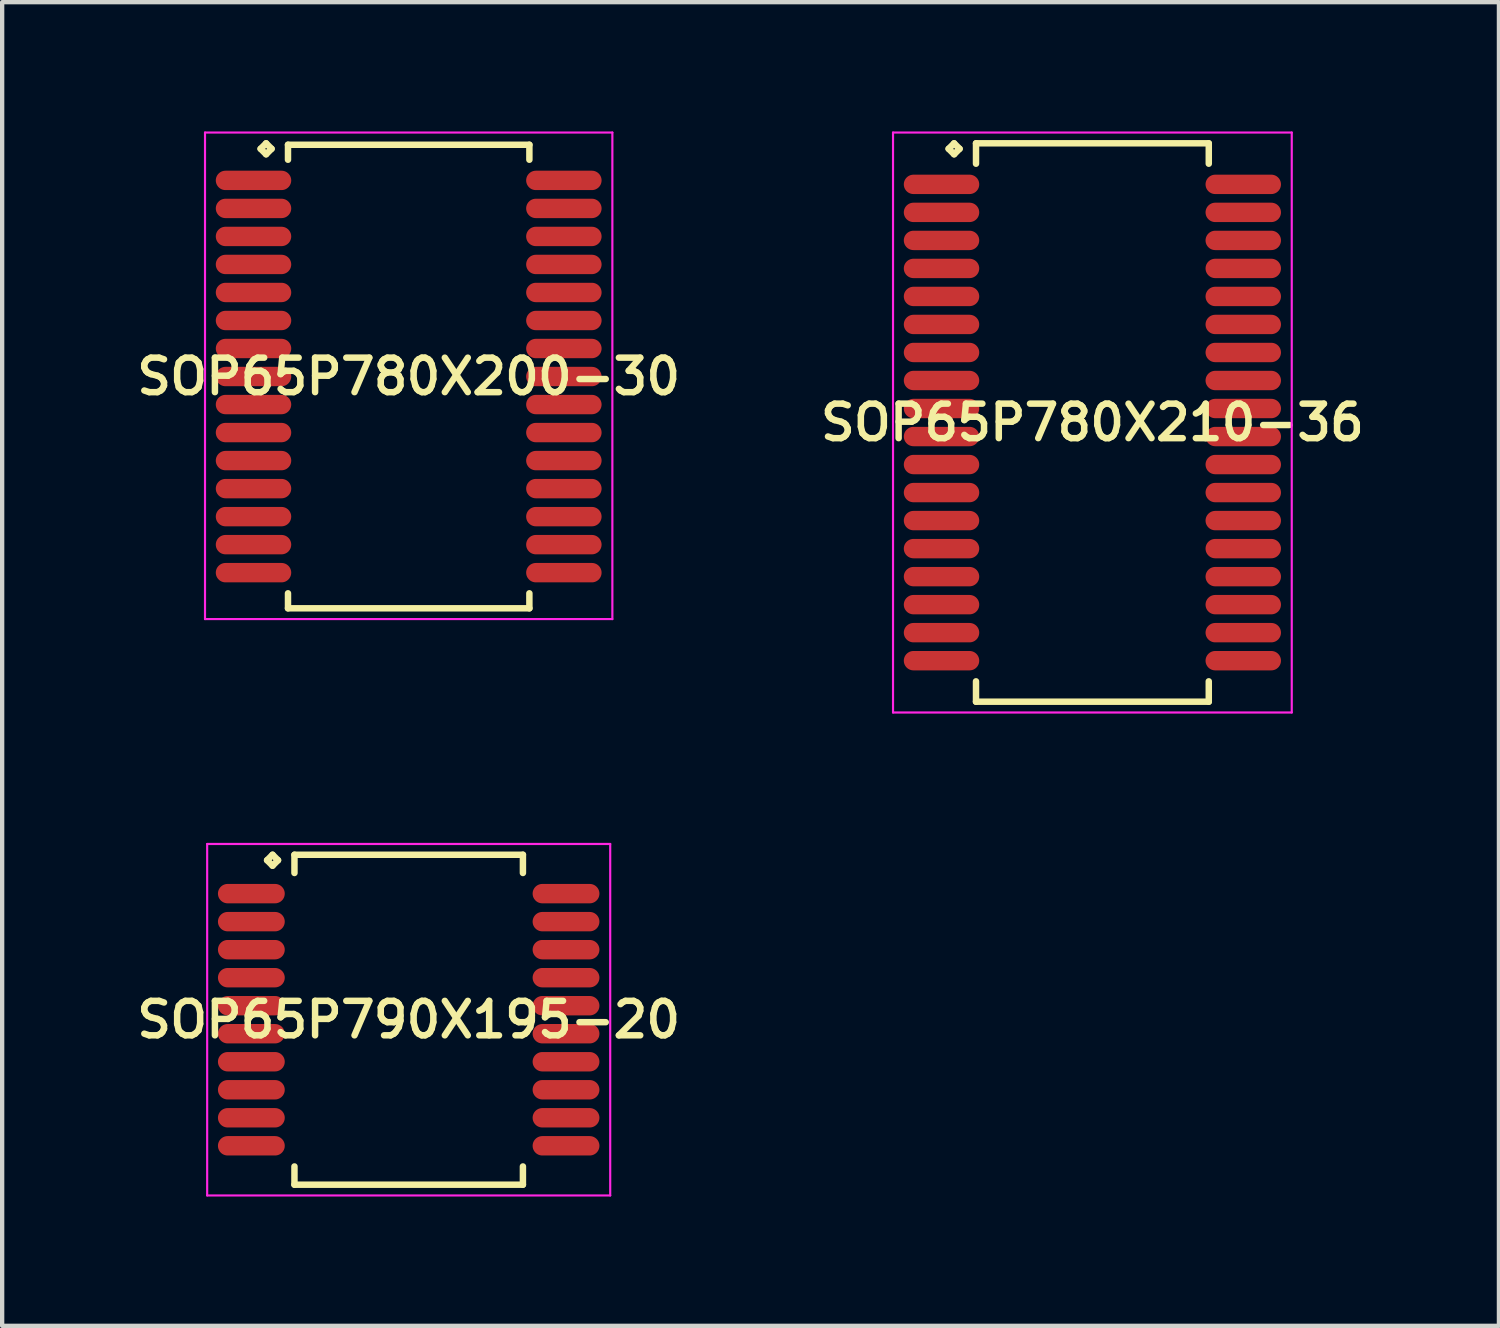
<source format=kicad_pcb>
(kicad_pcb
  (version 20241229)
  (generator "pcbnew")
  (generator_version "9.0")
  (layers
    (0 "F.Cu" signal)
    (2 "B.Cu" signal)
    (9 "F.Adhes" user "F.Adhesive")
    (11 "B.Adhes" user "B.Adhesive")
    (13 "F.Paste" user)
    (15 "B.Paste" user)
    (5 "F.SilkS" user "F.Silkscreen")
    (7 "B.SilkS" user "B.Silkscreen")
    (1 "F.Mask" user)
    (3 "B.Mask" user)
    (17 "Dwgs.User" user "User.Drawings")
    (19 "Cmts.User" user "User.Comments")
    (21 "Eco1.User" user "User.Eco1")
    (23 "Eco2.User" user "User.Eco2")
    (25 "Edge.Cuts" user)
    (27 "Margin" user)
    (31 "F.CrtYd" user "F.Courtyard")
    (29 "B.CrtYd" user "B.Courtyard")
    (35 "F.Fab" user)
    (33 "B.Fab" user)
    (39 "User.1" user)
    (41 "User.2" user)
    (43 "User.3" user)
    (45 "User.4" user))
  (footprint "SOP65P780X210-36"
    (layer "F.Cu")
    (at 22.292 6.752)
    (property "Reference" "SOP65P780X210-36" (at 0 0 0) (layer "F.SilkS") (effects (font (size 0.8 0.8) (thickness 0.15))))
    (attr smd)
    (fp_line (start -3.335 -6.35) (end -3.208 -6.477) (stroke (width 0.15) (type solid)) (layer "F.SilkS"))
    (fp_line (start -3.208 -6.477) (end -3.081 -6.35) (stroke (width 0.15) (type solid)) (layer "F.SilkS"))
    (fp_line (start -3.208 -6.223) (end -3.335 -6.35) (stroke (width 0.15) (type solid)) (layer "F.SilkS"))
    (fp_line (start -3.081 -6.35) (end -3.208 -6.223) (stroke (width 0.15) (type solid)) (layer "F.SilkS"))
    (fp_line (start -2.7 -6.477) (end 2.7 -6.477) (stroke (width 0.15) (type solid)) (layer "F.SilkS"))
    (fp_line (start -2.7 -6.004) (end -2.7 -6.477) (stroke (width 0.15) (type solid)) (layer "F.SilkS"))
    (fp_line (start -2.7 6.004) (end -2.7 6.477) (stroke (width 0.15) (type solid)) (layer "F.SilkS"))
    (fp_line (start -2.7 6.477) (end 2.7 6.477) (stroke (width 0.15) (type solid)) (layer "F.SilkS"))
    (fp_line (start 2.7 -6.477) (end 2.7 -6.004) (stroke (width 0.15) (type solid)) (layer "F.SilkS"))
    (fp_line (start 2.7 6.477) (end 2.7 6.004) (stroke (width 0.15) (type solid)) (layer "F.SilkS"))
    (fp_line (start -4.625 -6.727) (end 4.625 -6.727) (stroke (width 0.05) (type solid)) (layer "F.CrtYd"))
    (fp_line (start -4.625 6.727) (end -4.625 -6.727) (stroke (width 0.05) (type solid)) (layer "F.CrtYd"))
    (fp_line (start 4.625 -6.727) (end 4.625 6.727) (stroke (width 0.05) (type solid)) (layer "F.CrtYd"))
    (fp_line (start 4.625 6.727) (end -4.625 6.727) (stroke (width 0.05) (type solid)) (layer "F.CrtYd"))
    (pad "1" smd oval (at -3.5 -5.525) (size 1.75 0.45) (layers "F.Cu" "F.Mask" "F.Paste"))
    (pad "2" smd oval (at -3.5 -4.875) (size 1.75 0.45) (layers "F.Cu" "F.Mask" "F.Paste"))
    (pad "3" smd oval (at -3.5 -4.225) (size 1.75 0.45) (layers "F.Cu" "F.Mask" "F.Paste"))
    (pad "4" smd oval (at -3.5 -3.575) (size 1.75 0.45) (layers "F.Cu" "F.Mask" "F.Paste"))
    (pad "5" smd oval (at -3.5 -2.925) (size 1.75 0.45) (layers "F.Cu" "F.Mask" "F.Paste"))
    (pad "6" smd oval (at -3.5 -2.275) (size 1.75 0.45) (layers "F.Cu" "F.Mask" "F.Paste"))
    (pad "7" smd oval (at -3.5 -1.625) (size 1.75 0.45) (layers "F.Cu" "F.Mask" "F.Paste"))
    (pad "8" smd oval (at -3.5 -0.975) (size 1.75 0.45) (layers "F.Cu" "F.Mask" "F.Paste"))
    (pad "9" smd oval (at -3.5 -0.325) (size 1.75 0.45) (layers "F.Cu" "F.Mask" "F.Paste"))
    (pad "10" smd oval (at -3.5 0.325) (size 1.75 0.45) (layers "F.Cu" "F.Mask" "F.Paste"))
    (pad "11" smd oval (at -3.5 0.975) (size 1.75 0.45) (layers "F.Cu" "F.Mask" "F.Paste"))
    (pad "12" smd oval (at -3.5 1.625) (size 1.75 0.45) (layers "F.Cu" "F.Mask" "F.Paste"))
    (pad "13" smd oval (at -3.5 2.275) (size 1.75 0.45) (layers "F.Cu" "F.Mask" "F.Paste"))
    (pad "14" smd oval (at -3.5 2.925) (size 1.75 0.45) (layers "F.Cu" "F.Mask" "F.Paste"))
    (pad "15" smd oval (at -3.5 3.575) (size 1.75 0.45) (layers "F.Cu" "F.Mask" "F.Paste"))
    (pad "16" smd oval (at -3.5 4.225) (size 1.75 0.45) (layers "F.Cu" "F.Mask" "F.Paste"))
    (pad "17" smd oval (at -3.5 4.875) (size 1.75 0.45) (layers "F.Cu" "F.Mask" "F.Paste"))
    (pad "18" smd oval (at -3.5 5.525) (size 1.75 0.45) (layers "F.Cu" "F.Mask" "F.Paste"))
    (pad "19" smd oval (at 3.5 5.525) (size 1.75 0.45) (layers "F.Cu" "F.Mask" "F.Paste"))
    (pad "20" smd oval (at 3.5 4.875) (size 1.75 0.45) (layers "F.Cu" "F.Mask" "F.Paste"))
    (pad "21" smd oval (at 3.5 4.225) (size 1.75 0.45) (layers "F.Cu" "F.Mask" "F.Paste"))
    (pad "22" smd oval (at 3.5 3.575) (size 1.75 0.45) (layers "F.Cu" "F.Mask" "F.Paste"))
    (pad "23" smd oval (at 3.5 2.925) (size 1.75 0.45) (layers "F.Cu" "F.Mask" "F.Paste"))
    (pad "24" smd oval (at 3.5 2.275) (size 1.75 0.45) (layers "F.Cu" "F.Mask" "F.Paste"))
    (pad "25" smd oval (at 3.5 1.625) (size 1.75 0.45) (layers "F.Cu" "F.Mask" "F.Paste"))
    (pad "26" smd oval (at 3.5 0.975) (size 1.75 0.45) (layers "F.Cu" "F.Mask" "F.Paste"))
    (pad "27" smd oval (at 3.5 0.325) (size 1.75 0.45) (layers "F.Cu" "F.Mask" "F.Paste"))
    (pad "28" smd oval (at 3.5 -0.325) (size 1.75 0.45) (layers "F.Cu" "F.Mask" "F.Paste"))
    (pad "29" smd oval (at 3.5 -0.975) (size 1.75 0.45) (layers "F.Cu" "F.Mask" "F.Paste"))
    (pad "30" smd oval (at 3.5 -1.625) (size 1.75 0.45) (layers "F.Cu" "F.Mask" "F.Paste"))
    (pad "31" smd oval (at 3.5 -2.275) (size 1.75 0.45) (layers "F.Cu" "F.Mask" "F.Paste"))
    (pad "32" smd oval (at 3.5 -2.925) (size 1.75 0.45) (layers "F.Cu" "F.Mask" "F.Paste"))
    (pad "33" smd oval (at 3.5 -3.575) (size 1.75 0.45) (layers "F.Cu" "F.Mask" "F.Paste"))
    (pad "34" smd oval (at 3.5 -4.225) (size 1.75 0.45) (layers "F.Cu" "F.Mask" "F.Paste"))
    (pad "35" smd oval (at 3.5 -4.875) (size 1.75 0.45) (layers "F.Cu" "F.Mask" "F.Paste"))
    (pad "36" smd oval (at 3.5 -5.525) (size 1.75 0.45) (layers "F.Cu" "F.Mask" "F.Paste")))
  (footprint "SOP65P790X195-20"
    (layer "F.Cu")
    (at 6.431 20.606)
    (property "Reference" "SOP65P790X195-20" (at 0 0 0) (layer "F.SilkS") (effects (font (size 0.8 0.8) (thickness 0.15))))
    (attr smd)
    (fp_line (start -3.285 -3.7) (end -3.158 -3.827) (stroke (width 0.15) (type solid)) (layer "F.SilkS"))
    (fp_line (start -3.158 -3.827) (end -3.031 -3.7) (stroke (width 0.15) (type solid)) (layer "F.SilkS"))
    (fp_line (start -3.158 -3.573) (end -3.285 -3.7) (stroke (width 0.15) (type solid)) (layer "F.SilkS"))
    (fp_line (start -3.031 -3.7) (end -3.158 -3.573) (stroke (width 0.15) (type solid)) (layer "F.SilkS"))
    (fp_line (start -2.65 -3.827) (end 2.65 -3.827) (stroke (width 0.15) (type solid)) (layer "F.SilkS"))
    (fp_line (start -2.65 -3.404) (end -2.65 -3.827) (stroke (width 0.15) (type solid)) (layer "F.SilkS"))
    (fp_line (start -2.65 3.404) (end -2.65 3.827) (stroke (width 0.15) (type solid)) (layer "F.SilkS"))
    (fp_line (start -2.65 3.827) (end 2.65 3.827) (stroke (width 0.15) (type solid)) (layer "F.SilkS"))
    (fp_line (start 2.65 -3.827) (end 2.65 -3.404) (stroke (width 0.15) (type solid)) (layer "F.SilkS"))
    (fp_line (start 2.65 3.827) (end 2.65 3.404) (stroke (width 0.15) (type solid)) (layer "F.SilkS"))
    (fp_line (start -4.675 -4.077) (end 4.675 -4.077) (stroke (width 0.05) (type solid)) (layer "F.CrtYd"))
    (fp_line (start -4.675 4.077) (end -4.675 -4.077) (stroke (width 0.05) (type solid)) (layer "F.CrtYd"))
    (fp_line (start 4.675 -4.077) (end 4.675 4.077) (stroke (width 0.05) (type solid)) (layer "F.CrtYd"))
    (fp_line (start 4.675 4.077) (end -4.675 4.077) (stroke (width 0.05) (type solid)) (layer "F.CrtYd"))
    (pad "1" smd oval (at -3.65 -2.925) (size 1.55 0.45) (layers "F.Cu" "F.Mask" "F.Paste"))
    (pad "2" smd oval (at -3.65 -2.275) (size 1.55 0.45) (layers "F.Cu" "F.Mask" "F.Paste"))
    (pad "3" smd oval (at -3.65 -1.625) (size 1.55 0.45) (layers "F.Cu" "F.Mask" "F.Paste"))
    (pad "4" smd oval (at -3.65 -0.975) (size 1.55 0.45) (layers "F.Cu" "F.Mask" "F.Paste"))
    (pad "5" smd oval (at -3.65 -0.325) (size 1.55 0.45) (layers "F.Cu" "F.Mask" "F.Paste"))
    (pad "6" smd oval (at -3.65 0.325) (size 1.55 0.45) (layers "F.Cu" "F.Mask" "F.Paste"))
    (pad "7" smd oval (at -3.65 0.975) (size 1.55 0.45) (layers "F.Cu" "F.Mask" "F.Paste"))
    (pad "8" smd oval (at -3.65 1.625) (size 1.55 0.45) (layers "F.Cu" "F.Mask" "F.Paste"))
    (pad "9" smd oval (at -3.65 2.275) (size 1.55 0.45) (layers "F.Cu" "F.Mask" "F.Paste"))
    (pad "10" smd oval (at -3.65 2.925) (size 1.55 0.45) (layers "F.Cu" "F.Mask" "F.Paste"))
    (pad "11" smd oval (at 3.65 2.925) (size 1.55 0.45) (layers "F.Cu" "F.Mask" "F.Paste"))
    (pad "12" smd oval (at 3.65 2.275) (size 1.55 0.45) (layers "F.Cu" "F.Mask" "F.Paste"))
    (pad "13" smd oval (at 3.65 1.625) (size 1.55 0.45) (layers "F.Cu" "F.Mask" "F.Paste"))
    (pad "14" smd oval (at 3.65 0.975) (size 1.55 0.45) (layers "F.Cu" "F.Mask" "F.Paste"))
    (pad "15" smd oval (at 3.65 0.325) (size 1.55 0.45) (layers "F.Cu" "F.Mask" "F.Paste"))
    (pad "16" smd oval (at 3.65 -0.325) (size 1.55 0.45) (layers "F.Cu" "F.Mask" "F.Paste"))
    (pad "17" smd oval (at 3.65 -0.975) (size 1.55 0.45) (layers "F.Cu" "F.Mask" "F.Paste"))
    (pad "18" smd oval (at 3.65 -1.625) (size 1.55 0.45) (layers "F.Cu" "F.Mask" "F.Paste"))
    (pad "19" smd oval (at 3.65 -2.275) (size 1.55 0.45) (layers "F.Cu" "F.Mask" "F.Paste"))
    (pad "20" smd oval (at 3.65 -2.925) (size 1.55 0.45) (layers "F.Cu" "F.Mask" "F.Paste")))
  (footprint "SOP65P780X200-30"
    (layer "F.Cu")
    (at 6.431 5.685)
    (property "Reference" "SOP65P780X200-30" (at 0 0 0) (layer "F.SilkS") (effects (font (size 0.8 0.8) (thickness 0.15))))
    (attr smd)
    (fp_line (start -3.435 -5.283) (end -3.308 -5.41) (stroke (width 0.15) (type solid)) (layer "F.SilkS"))
    (fp_line (start -3.308 -5.41) (end -3.181 -5.283) (stroke (width 0.15) (type solid)) (layer "F.SilkS"))
    (fp_line (start -3.308 -5.156) (end -3.435 -5.283) (stroke (width 0.15) (type solid)) (layer "F.SilkS"))
    (fp_line (start -3.181 -5.283) (end -3.308 -5.156) (stroke (width 0.15) (type solid)) (layer "F.SilkS"))
    (fp_line (start -2.8 -5.377) (end 2.8 -5.377) (stroke (width 0.15) (type solid)) (layer "F.SilkS"))
    (fp_line (start -2.8 -5.029) (end -2.8 -5.377) (stroke (width 0.15) (type solid)) (layer "F.SilkS"))
    (fp_line (start -2.8 5.029) (end -2.8 5.377) (stroke (width 0.15) (type solid)) (layer "F.SilkS"))
    (fp_line (start -2.8 5.377) (end 2.8 5.377) (stroke (width 0.15) (type solid)) (layer "F.SilkS"))
    (fp_line (start 2.8 -5.377) (end 2.8 -5.029) (stroke (width 0.15) (type solid)) (layer "F.SilkS"))
    (fp_line (start 2.8 5.377) (end 2.8 5.029) (stroke (width 0.15) (type solid)) (layer "F.SilkS"))
    (fp_line (start -4.725 -5.66) (end 4.725 -5.66) (stroke (width 0.05) (type solid)) (layer "F.CrtYd"))
    (fp_line (start -4.725 5.627) (end -4.725 -5.66) (stroke (width 0.05) (type solid)) (layer "F.CrtYd"))
    (fp_line (start 4.725 -5.66) (end 4.725 5.627) (stroke (width 0.05) (type solid)) (layer "F.CrtYd"))
    (fp_line (start 4.725 5.627) (end -4.725 5.627) (stroke (width 0.05) (type solid)) (layer "F.CrtYd"))
    (pad "1" smd oval (at -3.6 -4.55) (size 1.75 0.45) (layers "F.Cu" "F.Mask" "F.Paste"))
    (pad "2" smd oval (at -3.6 -3.9) (size 1.75 0.45) (layers "F.Cu" "F.Mask" "F.Paste"))
    (pad "3" smd oval (at -3.6 -3.25) (size 1.75 0.45) (layers "F.Cu" "F.Mask" "F.Paste"))
    (pad "4" smd oval (at -3.6 -2.6) (size 1.75 0.45) (layers "F.Cu" "F.Mask" "F.Paste"))
    (pad "5" smd oval (at -3.6 -1.95) (size 1.75 0.45) (layers "F.Cu" "F.Mask" "F.Paste"))
    (pad "6" smd oval (at -3.6 -1.3) (size 1.75 0.45) (layers "F.Cu" "F.Mask" "F.Paste"))
    (pad "7" smd oval (at -3.6 -0.65) (size 1.75 0.45) (layers "F.Cu" "F.Mask" "F.Paste"))
    (pad "8" smd oval (at -3.6 0) (size 1.75 0.45) (layers "F.Cu" "F.Mask" "F.Paste"))
    (pad "9" smd oval (at -3.6 0.65) (size 1.75 0.45) (layers "F.Cu" "F.Mask" "F.Paste"))
    (pad "10" smd oval (at -3.6 1.3) (size 1.75 0.45) (layers "F.Cu" "F.Mask" "F.Paste"))
    (pad "11" smd oval (at -3.6 1.95) (size 1.75 0.45) (layers "F.Cu" "F.Mask" "F.Paste"))
    (pad "12" smd oval (at -3.6 2.6) (size 1.75 0.45) (layers "F.Cu" "F.Mask" "F.Paste"))
    (pad "13" smd oval (at -3.6 3.25) (size 1.75 0.45) (layers "F.Cu" "F.Mask" "F.Paste"))
    (pad "14" smd oval (at -3.6 3.9) (size 1.75 0.45) (layers "F.Cu" "F.Mask" "F.Paste"))
    (pad "15" smd oval (at -3.6 4.55) (size 1.75 0.45) (layers "F.Cu" "F.Mask" "F.Paste"))
    (pad "16" smd oval (at 3.6 4.55) (size 1.75 0.45) (layers "F.Cu" "F.Mask" "F.Paste"))
    (pad "17" smd oval (at 3.6 3.9) (size 1.75 0.45) (layers "F.Cu" "F.Mask" "F.Paste"))
    (pad "18" smd oval (at 3.6 3.25) (size 1.75 0.45) (layers "F.Cu" "F.Mask" "F.Paste"))
    (pad "19" smd oval (at 3.6 2.6) (size 1.75 0.45) (layers "F.Cu" "F.Mask" "F.Paste"))
    (pad "20" smd oval (at 3.6 1.95) (size 1.75 0.45) (layers "F.Cu" "F.Mask" "F.Paste"))
    (pad "21" smd oval (at 3.6 1.3) (size 1.75 0.45) (layers "F.Cu" "F.Mask" "F.Paste"))
    (pad "22" smd oval (at 3.6 0.65) (size 1.75 0.45) (layers "F.Cu" "F.Mask" "F.Paste"))
    (pad "23" smd oval (at 3.6 0) (size 1.75 0.45) (layers "F.Cu" "F.Mask" "F.Paste"))
    (pad "24" smd oval (at 3.6 -0.65) (size 1.75 0.45) (layers "F.Cu" "F.Mask" "F.Paste"))
    (pad "25" smd oval (at 3.6 -1.3) (size 1.75 0.45) (layers "F.Cu" "F.Mask" "F.Paste"))
    (pad "26" smd oval (at 3.6 -1.95) (size 1.75 0.45) (layers "F.Cu" "F.Mask" "F.Paste"))
    (pad "27" smd oval (at 3.6 -2.6) (size 1.75 0.45) (layers "F.Cu" "F.Mask" "F.Paste"))
    (pad "28" smd oval (at 3.6 -3.25) (size 1.75 0.45) (layers "F.Cu" "F.Mask" "F.Paste"))
    (pad "29" smd oval (at 3.6 -3.9) (size 1.75 0.45) (layers "F.Cu" "F.Mask" "F.Paste"))
    (pad "30" smd oval (at 3.6 -4.55) (size 1.75 0.45) (layers "F.Cu" "F.Mask" "F.Paste")))
  (gr_rect
    (start -3 -3)
    (end 31.723 27.708)
    (stroke (width 0.1) (type default))
    (fill no)
    (layer "Edge.Cuts")))
</source>
